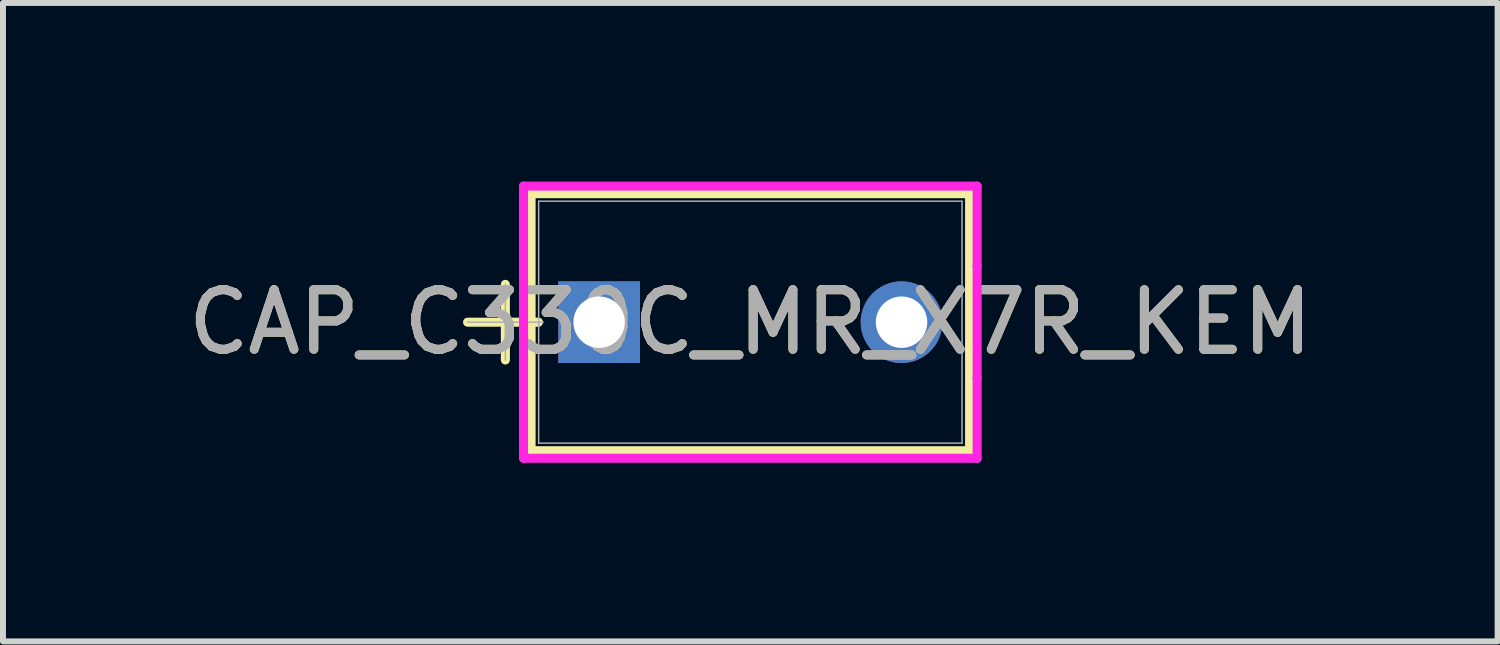
<source format=kicad_pcb>
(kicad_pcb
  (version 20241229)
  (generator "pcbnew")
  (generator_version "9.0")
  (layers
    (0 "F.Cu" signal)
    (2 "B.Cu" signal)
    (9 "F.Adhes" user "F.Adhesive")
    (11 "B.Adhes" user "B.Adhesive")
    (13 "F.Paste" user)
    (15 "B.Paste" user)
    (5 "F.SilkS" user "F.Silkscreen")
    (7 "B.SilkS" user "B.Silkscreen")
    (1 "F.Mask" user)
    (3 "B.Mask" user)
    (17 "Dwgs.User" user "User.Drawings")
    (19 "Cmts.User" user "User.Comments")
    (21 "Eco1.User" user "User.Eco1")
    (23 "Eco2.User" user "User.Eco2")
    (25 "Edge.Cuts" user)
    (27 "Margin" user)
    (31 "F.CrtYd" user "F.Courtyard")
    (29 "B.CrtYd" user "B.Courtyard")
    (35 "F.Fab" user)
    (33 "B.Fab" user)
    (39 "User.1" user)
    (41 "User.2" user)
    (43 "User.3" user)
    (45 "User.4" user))
  (footprint "CAP_C330C_MR_X7R_KEM"
    (layer "F.Cu")
    (at 7.014 2.362)
    (property "Reference" "CAP_C330C_MR_X7R_KEM" (at 2.54 0 0) (unlocked yes) (layer "F.SilkS") (effects (font (size 1 1) (thickness 0.15))))
    (attr through_hole)
    (fp_line (start -2.21 0) (end -1.019 0) (stroke (width 0.152) (type solid)) (layer "F.SilkS"))
    (fp_line (start -1.575 -0.635) (end -1.575 0.635) (stroke (width 0.152) (type solid)) (layer "F.SilkS"))
    (fp_line (start -1.143 -2.159) (end -1.143 2.159) (stroke (width 0.152) (type solid)) (layer "F.SilkS"))
    (fp_line (start -1.143 2.159) (end 6.223 2.159) (stroke (width 0.152) (type solid)) (layer "F.SilkS"))
    (fp_line (start 6.223 -2.159) (end -1.143 -2.159) (stroke (width 0.152) (type solid)) (layer "F.SilkS"))
    (fp_line (start 6.223 2.159) (end 6.223 -2.159) (stroke (width 0.152) (type solid)) (layer "F.SilkS"))
    (fp_line (start -1.27 -2.286) (end 6.35 -2.286) (stroke (width 0.152) (type solid)) (layer "F.CrtYd"))
    (fp_line (start -1.27 -0.94) (end -1.27 -2.286) (stroke (width 0.152) (type solid)) (layer "F.CrtYd"))
    (fp_line (start -1.27 -0.94) (end -1.27 -0.94) (stroke (width 0.152) (type solid)) (layer "F.CrtYd"))
    (fp_line (start -1.27 0.94) (end -1.27 -0.94) (stroke (width 0.152) (type solid)) (layer "F.CrtYd"))
    (fp_line (start -1.27 0.94) (end -1.27 0.94) (stroke (width 0.152) (type solid)) (layer "F.CrtYd"))
    (fp_line (start -1.27 2.286) (end -1.27 0.94) (stroke (width 0.152) (type solid)) (layer "F.CrtYd"))
    (fp_line (start 6.35 -2.286) (end 6.35 -0.94) (stroke (width 0.152) (type solid)) (layer "F.CrtYd"))
    (fp_line (start 6.35 -0.94) (end 6.35 -0.94) (stroke (width 0.152) (type solid)) (layer "F.CrtYd"))
    (fp_line (start 6.35 -0.94) (end 6.35 0.94) (stroke (width 0.152) (type solid)) (layer "F.CrtYd"))
    (fp_line (start 6.35 0.94) (end 6.35 0.94) (stroke (width 0.152) (type solid)) (layer "F.CrtYd"))
    (fp_line (start 6.35 0.94) (end 6.35 2.286) (stroke (width 0.152) (type solid)) (layer "F.CrtYd"))
    (fp_line (start 6.35 2.286) (end -1.27 2.286) (stroke (width 0.152) (type solid)) (layer "F.CrtYd"))
    (fp_line (start -2.21 0) (end -0.94 0) (stroke (width 0.025) (type solid)) (layer "F.Fab"))
    (fp_line (start -1.575 -0.635) (end -1.575 0.635) (stroke (width 0.025) (type solid)) (layer "F.Fab"))
    (fp_line (start -1.016 -2.032) (end -1.016 2.032) (stroke (width 0.025) (type solid)) (layer "F.Fab"))
    (fp_line (start -1.016 2.032) (end 6.096 2.032) (stroke (width 0.025) (type solid)) (layer "F.Fab"))
    (fp_line (start 6.096 -2.032) (end -1.016 -2.032) (stroke (width 0.025) (type solid)) (layer "F.Fab"))
    (fp_line (start 6.096 2.032) (end 6.096 -2.032) (stroke (width 0.025) (type solid)) (layer "F.Fab"))
    (fp_text user "${REFERENCE}" (at 2.54 0 0) (unlocked yes) (layer "F.Fab") (effects (font (size 1 1) (thickness 0.15))))
    (pad "1" thru_hole rect (at 0 0) (size 1.372 1.372) (drill 0.864) (layers "*.Cu" "*.Mask"))
    (pad "2" thru_hole circle (at 5.08 0) (size 1.372 1.372) (drill 0.864) (layers "*.Cu" "*.Mask")))
  (gr_rect
    (start -3 -3)
    (end 22.107 7.724)
    (stroke (width 0.1) (type default))
    (fill no)
    (layer "Edge.Cuts")))
</source>
